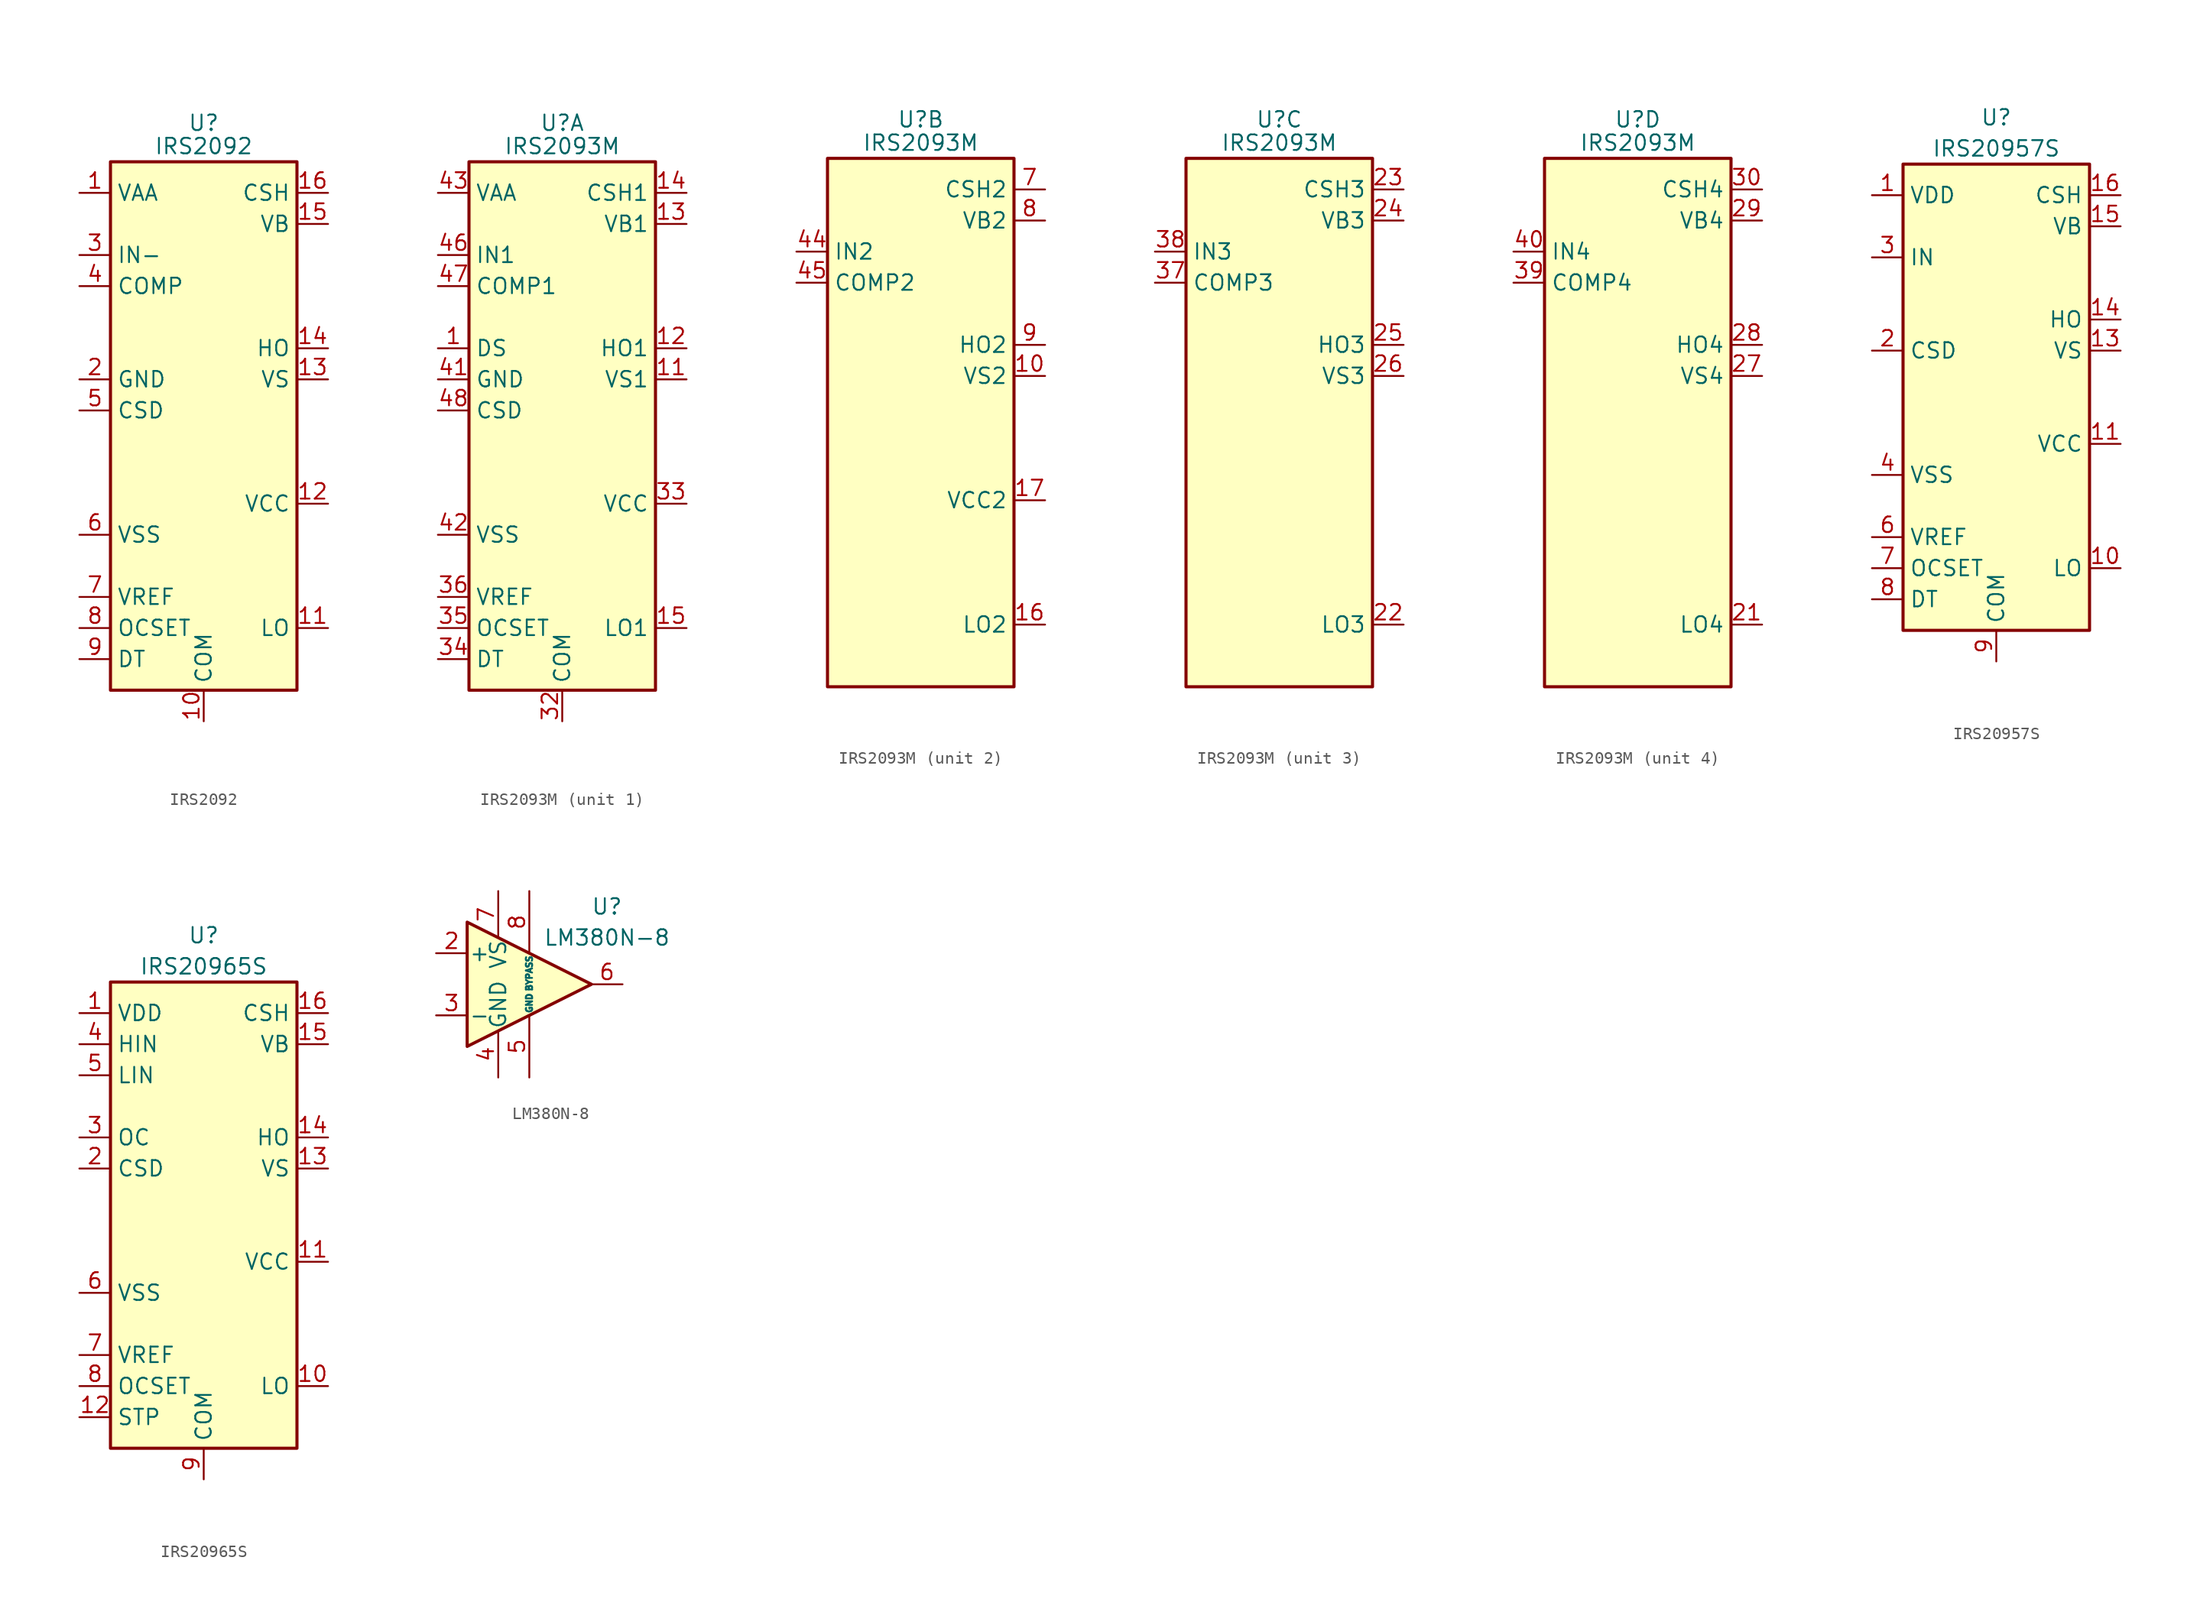
<source format=kicad_sym>
(kicad_symbol_lib
  (version 20211014)
  (generator kicad_symbol_editor)
  (symbol "IRS2092"
    (property "Reference" "U"
      (at 0 26.035 0)
      (effects (font (size 1.27 1.27))))
    (property "Value" "IRS2092"
      (at 0 24.13 0)
      (effects (font (size 1.27 1.27))))
    (symbol "IRS2092_0_1"
      (rectangle (start -7.62 -20.32) (end 7.62 22.86) (stroke (width 0.254) (type default) (color 0 0 0 0)) (fill (type background))))
    (symbol "IRS2092_1_1"
      (pin power_in line (at -10.16 20.32 0) (length 2.54) (name "VAA" (effects (font (size 1.27 1.27)))) (number "1" (effects (font (size 1.27 1.27)))))
      (pin power_in line (at 0 -22.86 90) (length 2.54) (name "COM" (effects (font (size 1.27 1.27)))) (number "10" (effects (font (size 1.27 1.27)))))
      (pin output line (at 10.16 -15.24 180) (length 2.54) (name "LO" (effects (font (size 1.27 1.27)))) (number "11" (effects (font (size 1.27 1.27)))))
      (pin power_in line (at 10.16 -5.08 180) (length 2.54) (name "VCC" (effects (font (size 1.27 1.27)))) (number "12" (effects (font (size 1.27 1.27)))))
      (pin passive line (at 10.16 5.08 180) (length 2.54) (name "VS" (effects (font (size 1.27 1.27)))) (number "13" (effects (font (size 1.27 1.27)))))
      (pin output line (at 10.16 7.62 180) (length 2.54) (name "HO" (effects (font (size 1.27 1.27)))) (number "14" (effects (font (size 1.27 1.27)))))
      (pin power_in line (at 10.16 17.78 180) (length 2.54) (name "VB" (effects (font (size 1.27 1.27)))) (number "15" (effects (font (size 1.27 1.27)))))
      (pin passive line (at 10.16 20.32 180) (length 2.54) (name "CSH" (effects (font (size 1.27 1.27)))) (number "16" (effects (font (size 1.27 1.27)))))
      (pin power_in line (at -10.16 5.08 0) (length 2.54) (name "GND" (effects (font (size 1.27 1.27)))) (number "2" (effects (font (size 1.27 1.27)))))
      (pin input line (at -10.16 15.24 0) (length 2.54) (name "IN-" (effects (font (size 1.27 1.27)))) (number "3" (effects (font (size 1.27 1.27)))))
      (pin output line (at -10.16 12.7 0) (length 2.54) (name "COMP" (effects (font (size 1.27 1.27)))) (number "4" (effects (font (size 1.27 1.27)))))
      (pin passive line (at -10.16 2.54 0) (length 2.54) (name "CSD" (effects (font (size 1.27 1.27)))) (number "5" (effects (font (size 1.27 1.27)))))
      (pin power_in line (at -10.16 -7.62 0) (length 2.54) (name "VSS" (effects (font (size 1.27 1.27)))) (number "6" (effects (font (size 1.27 1.27)))))
      (pin power_out line (at -10.16 -12.7 0) (length 2.54) (name "VREF" (effects (font (size 1.27 1.27)))) (number "7" (effects (font (size 1.27 1.27)))))
      (pin passive line (at -10.16 -15.24 0) (length 2.54) (name "OCSET" (effects (font (size 1.27 1.27)))) (number "8" (effects (font (size 1.27 1.27)))))
      (pin passive line (at -10.16 -17.78 0) (length 2.54) (name "DT" (effects (font (size 1.27 1.27)))) (number "9" (effects (font (size 1.27 1.27)))))))
  (symbol "IRS2093M"
    (property "Reference" "U"
      (at 0 26.035 0)
      (effects (font (size 1.27 1.27))))
    (property "Value" "IRS2093M"
      (at 0 24.13 0)
      (effects (font (size 1.27 1.27))))
    (property "ki_locked" ""
      (at 0 0 0)
      (effects (font (size 1.27 1.27))))
    (symbol "IRS2093M_0_1"
      (rectangle (start -7.62 -20.32) (end 7.62 22.86) (stroke (width 0.254) (type default) (color 0 0 0 0)) (fill (type background))))
    (symbol "IRS2093M_1_1"
      (pin input line (at -10.16 7.62 0) (length 2.54) (name "DS" (effects (font (size 1.27 1.27)))) (number "1" (effects (font (size 1.27 1.27)))))
      (pin passive line (at 10.16 5.08 180) (length 2.54) (name "VS1" (effects (font (size 1.27 1.27)))) (number "11" (effects (font (size 1.27 1.27)))))
      (pin output line (at 10.16 7.62 180) (length 2.54) (name "HO1" (effects (font (size 1.27 1.27)))) (number "12" (effects (font (size 1.27 1.27)))))
      (pin power_in line (at 10.16 17.78 180) (length 2.54) (name "VB1" (effects (font (size 1.27 1.27)))) (number "13" (effects (font (size 1.27 1.27)))))
      (pin passive line (at 10.16 20.32 180) (length 2.54) (name "CSH1" (effects (font (size 1.27 1.27)))) (number "14" (effects (font (size 1.27 1.27)))))
      (pin output line (at 10.16 -15.24 180) (length 2.54) (name "LO1" (effects (font (size 1.27 1.27)))) (number "15" (effects (font (size 1.27 1.27)))))
      (pin no_connect line (at 7.62 15.24 180) (length 2.54) hide (name "NC" (effects (font (size 1.27 1.27)))) (number "18" (effects (font (size 1.27 1.27)))))
      (pin no_connect line (at 7.62 12.7 180) (length 2.54) hide (name "NC" (effects (font (size 1.27 1.27)))) (number "19" (effects (font (size 1.27 1.27)))))
      (pin no_connect line (at -7.62 17.78 0) (length 2.54) hide (name "NC" (effects (font (size 1.27 1.27)))) (number "2" (effects (font (size 1.27 1.27)))))
      (pin passive line (at 0 -22.86 90) (length 2.54) hide (name "COM" (effects (font (size 1.27 1.27)))) (number "20" (effects (font (size 1.27 1.27)))))
      (pin no_connect line (at -7.62 10.16 0) (length 2.54) hide (name "NC" (effects (font (size 1.27 1.27)))) (number "3" (effects (font (size 1.27 1.27)))))
      (pin no_connect line (at 7.62 10.16 180) (length 2.54) hide (name "NC" (effects (font (size 1.27 1.27)))) (number "31" (effects (font (size 1.27 1.27)))))
      (pin power_in line (at 0 -22.86 90) (length 2.54) (name "COM" (effects (font (size 1.27 1.27)))) (number "32" (effects (font (size 1.27 1.27)))))
      (pin power_in line (at 10.16 -5.08 180) (length 2.54) (name "VCC" (effects (font (size 1.27 1.27)))) (number "33" (effects (font (size 1.27 1.27)))))
      (pin passive line (at -10.16 -17.78 0) (length 2.54) (name "DT" (effects (font (size 1.27 1.27)))) (number "34" (effects (font (size 1.27 1.27)))))
      (pin passive line (at -10.16 -15.24 0) (length 2.54) (name "OCSET" (effects (font (size 1.27 1.27)))) (number "35" (effects (font (size 1.27 1.27)))))
      (pin power_out line (at -10.16 -12.7 0) (length 2.54) (name "VREF" (effects (font (size 1.27 1.27)))) (number "36" (effects (font (size 1.27 1.27)))))
      (pin no_connect line (at -7.62 0 0) (length 2.54) hide (name "NC" (effects (font (size 1.27 1.27)))) (number "4" (effects (font (size 1.27 1.27)))))
      (pin power_in line (at -10.16 5.08 0) (length 2.54) (name "GND" (effects (font (size 1.27 1.27)))) (number "41" (effects (font (size 1.27 1.27)))))
      (pin power_in line (at -10.16 -7.62 0) (length 2.54) (name "VSS" (effects (font (size 1.27 1.27)))) (number "42" (effects (font (size 1.27 1.27)))))
      (pin power_in line (at -10.16 20.32 0) (length 2.54) (name "VAA" (effects (font (size 1.27 1.27)))) (number "43" (effects (font (size 1.27 1.27)))))
      (pin input line (at -10.16 15.24 0) (length 2.54) (name "IN1" (effects (font (size 1.27 1.27)))) (number "46" (effects (font (size 1.27 1.27)))))
      (pin output line (at -10.16 12.7 0) (length 2.54) (name "COMP1" (effects (font (size 1.27 1.27)))) (number "47" (effects (font (size 1.27 1.27)))))
      (pin passive line (at -10.16 2.54 0) (length 2.54) (name "CSD" (effects (font (size 1.27 1.27)))) (number "48" (effects (font (size 1.27 1.27)))))
      (pin passive line (at 0 -22.86 90) (length 2.54) hide (name "COM" (effects (font (size 1.27 1.27)))) (number "49" (effects (font (size 1.27 1.27)))))
      (pin no_connect line (at -7.62 -2.54 0) (length 2.54) hide (name "NC" (effects (font (size 1.27 1.27)))) (number "5" (effects (font (size 1.27 1.27)))))
      (pin no_connect line (at -7.62 -5.08 0) (length 2.54) hide (name "NC" (effects (font (size 1.27 1.27)))) (number "6" (effects (font (size 1.27 1.27))))))
    (symbol "IRS2093M_2_1"
      (pin passive line (at 10.16 5.08 180) (length 2.54) (name "VS2" (effects (font (size 1.27 1.27)))) (number "10" (effects (font (size 1.27 1.27)))))
      (pin output line (at 10.16 -15.24 180) (length 2.54) (name "LO2" (effects (font (size 1.27 1.27)))) (number "16" (effects (font (size 1.27 1.27)))))
      (pin power_in line (at 10.16 -5.08 180) (length 2.54) (name "VCC2" (effects (font (size 1.27 1.27)))) (number "17" (effects (font (size 1.27 1.27)))))
      (pin input line (at -10.16 15.24 0) (length 2.54) (name "IN2" (effects (font (size 1.27 1.27)))) (number "44" (effects (font (size 1.27 1.27)))))
      (pin output line (at -10.16 12.7 0) (length 2.54) (name "COMP2" (effects (font (size 1.27 1.27)))) (number "45" (effects (font (size 1.27 1.27)))))
      (pin passive line (at 10.16 20.32 180) (length 2.54) (name "CSH2" (effects (font (size 1.27 1.27)))) (number "7" (effects (font (size 1.27 1.27)))))
      (pin power_in line (at 10.16 17.78 180) (length 2.54) (name "VB2" (effects (font (size 1.27 1.27)))) (number "8" (effects (font (size 1.27 1.27)))))
      (pin output line (at 10.16 7.62 180) (length 2.54) (name "HO2" (effects (font (size 1.27 1.27)))) (number "9" (effects (font (size 1.27 1.27))))))
    (symbol "IRS2093M_3_1"
      (pin output line (at 10.16 -15.24 180) (length 2.54) (name "LO3" (effects (font (size 1.27 1.27)))) (number "22" (effects (font (size 1.27 1.27)))))
      (pin passive line (at 10.16 20.32 180) (length 2.54) (name "CSH3" (effects (font (size 1.27 1.27)))) (number "23" (effects (font (size 1.27 1.27)))))
      (pin power_in line (at 10.16 17.78 180) (length 2.54) (name "VB3" (effects (font (size 1.27 1.27)))) (number "24" (effects (font (size 1.27 1.27)))))
      (pin output line (at 10.16 7.62 180) (length 2.54) (name "HO3" (effects (font (size 1.27 1.27)))) (number "25" (effects (font (size 1.27 1.27)))))
      (pin passive line (at 10.16 5.08 180) (length 2.54) (name "VS3" (effects (font (size 1.27 1.27)))) (number "26" (effects (font (size 1.27 1.27)))))
      (pin output line (at -10.16 12.7 0) (length 2.54) (name "COMP3" (effects (font (size 1.27 1.27)))) (number "37" (effects (font (size 1.27 1.27)))))
      (pin input line (at -10.16 15.24 0) (length 2.54) (name "IN3" (effects (font (size 1.27 1.27)))) (number "38" (effects (font (size 1.27 1.27))))))
    (symbol "IRS2093M_4_1"
      (pin output line (at 10.16 -15.24 180) (length 2.54) (name "LO4" (effects (font (size 1.27 1.27)))) (number "21" (effects (font (size 1.27 1.27)))))
      (pin passive line (at 10.16 5.08 180) (length 2.54) (name "VS4" (effects (font (size 1.27 1.27)))) (number "27" (effects (font (size 1.27 1.27)))))
      (pin output line (at 10.16 7.62 180) (length 2.54) (name "HO4" (effects (font (size 1.27 1.27)))) (number "28" (effects (font (size 1.27 1.27)))))
      (pin power_in line (at 10.16 17.78 180) (length 2.54) (name "VB4" (effects (font (size 1.27 1.27)))) (number "29" (effects (font (size 1.27 1.27)))))
      (pin passive line (at 10.16 20.32 180) (length 2.54) (name "CSH4" (effects (font (size 1.27 1.27)))) (number "30" (effects (font (size 1.27 1.27)))))
      (pin output line (at -10.16 12.7 0) (length 2.54) (name "COMP4" (effects (font (size 1.27 1.27)))) (number "39" (effects (font (size 1.27 1.27)))))
      (pin input line (at -10.16 15.24 0) (length 2.54) (name "IN4" (effects (font (size 1.27 1.27)))) (number "40" (effects (font (size 1.27 1.27)))))))
  (symbol "IRS20957S"
    (property "Reference" "U"
      (at 0 24.13 0)
      (effects (font (size 1.27 1.27))))
    (property "Value" "IRS20957S"
      (at 0 21.59 0)
      (effects (font (size 1.27 1.27))))
    (symbol "IRS20957S_0_1"
      (rectangle (start -7.62 -17.78) (end 7.62 20.32) (stroke (width 0.254) (type default) (color 0 0 0 0)) (fill (type background))))
    (symbol "IRS20957S_1_1"
      (pin power_in line (at -10.16 17.78 0) (length 2.54) (name "VDD" (effects (font (size 1.27 1.27)))) (number "1" (effects (font (size 1.27 1.27)))))
      (pin output line (at 10.16 -12.7 180) (length 2.54) (name "LO" (effects (font (size 1.27 1.27)))) (number "10" (effects (font (size 1.27 1.27)))))
      (pin power_in line (at 10.16 -2.54 180) (length 2.54) (name "VCC" (effects (font (size 1.27 1.27)))) (number "11" (effects (font (size 1.27 1.27)))))
      (pin no_connect line (at 7.62 0 180) (length 2.54) hide (name "NC" (effects (font (size 1.27 1.27)))) (number "12" (effects (font (size 1.27 1.27)))))
      (pin passive line (at 10.16 5.08 180) (length 2.54) (name "VS" (effects (font (size 1.27 1.27)))) (number "13" (effects (font (size 1.27 1.27)))))
      (pin output line (at 10.16 7.62 180) (length 2.54) (name "HO" (effects (font (size 1.27 1.27)))) (number "14" (effects (font (size 1.27 1.27)))))
      (pin power_in line (at 10.16 15.24 180) (length 2.54) (name "VB" (effects (font (size 1.27 1.27)))) (number "15" (effects (font (size 1.27 1.27)))))
      (pin passive line (at 10.16 17.78 180) (length 2.54) (name "CSH" (effects (font (size 1.27 1.27)))) (number "16" (effects (font (size 1.27 1.27)))))
      (pin passive line (at -10.16 5.08 0) (length 2.54) (name "CSD" (effects (font (size 1.27 1.27)))) (number "2" (effects (font (size 1.27 1.27)))))
      (pin input line (at -10.16 12.7 0) (length 2.54) (name "IN" (effects (font (size 1.27 1.27)))) (number "3" (effects (font (size 1.27 1.27)))))
      (pin power_in line (at -10.16 -5.08 0) (length 2.54) (name "VSS" (effects (font (size 1.27 1.27)))) (number "4" (effects (font (size 1.27 1.27)))))
      (pin no_connect line (at -7.62 0 0) (length 2.54) hide (name "NC" (effects (font (size 1.27 1.27)))) (number "5" (effects (font (size 1.27 1.27)))))
      (pin power_out line (at -10.16 -10.16 0) (length 2.54) (name "VREF" (effects (font (size 1.27 1.27)))) (number "6" (effects (font (size 1.27 1.27)))))
      (pin passive line (at -10.16 -12.7 0) (length 2.54) (name "OCSET" (effects (font (size 1.27 1.27)))) (number "7" (effects (font (size 1.27 1.27)))))
      (pin passive line (at -10.16 -15.24 0) (length 2.54) (name "DT" (effects (font (size 1.27 1.27)))) (number "8" (effects (font (size 1.27 1.27)))))
      (pin power_in line (at 0 -20.32 90) (length 2.54) (name "COM" (effects (font (size 1.27 1.27)))) (number "9" (effects (font (size 1.27 1.27)))))))
  (symbol "IRS20965S"
    (property "Reference" "U"
      (at 0 24.13 0)
      (effects (font (size 1.27 1.27))))
    (property "Value" "IRS20965S"
      (at 0 21.59 0)
      (effects (font (size 1.27 1.27))))
    (symbol "IRS20965S_0_1"
      (rectangle (start -7.62 -17.78) (end 7.62 20.32) (stroke (width 0.254) (type default) (color 0 0 0 0)) (fill (type background))))
    (symbol "IRS20965S_1_1"
      (pin power_in line (at -10.16 17.78 0) (length 2.54) (name "VDD" (effects (font (size 1.27 1.27)))) (number "1" (effects (font (size 1.27 1.27)))))
      (pin output line (at 10.16 -12.7 180) (length 2.54) (name "LO" (effects (font (size 1.27 1.27)))) (number "10" (effects (font (size 1.27 1.27)))))
      (pin power_in line (at 10.16 -2.54 180) (length 2.54) (name "VCC" (effects (font (size 1.27 1.27)))) (number "11" (effects (font (size 1.27 1.27)))))
      (pin input line (at -10.16 -15.24 0) (length 2.54) (name "STP" (effects (font (size 1.27 1.27)))) (number "12" (effects (font (size 1.27 1.27)))))
      (pin passive line (at 10.16 5.08 180) (length 2.54) (name "VS" (effects (font (size 1.27 1.27)))) (number "13" (effects (font (size 1.27 1.27)))))
      (pin output line (at 10.16 7.62 180) (length 2.54) (name "HO" (effects (font (size 1.27 1.27)))) (number "14" (effects (font (size 1.27 1.27)))))
      (pin power_in line (at 10.16 15.24 180) (length 2.54) (name "VB" (effects (font (size 1.27 1.27)))) (number "15" (effects (font (size 1.27 1.27)))))
      (pin passive line (at 10.16 17.78 180) (length 2.54) (name "CSH" (effects (font (size 1.27 1.27)))) (number "16" (effects (font (size 1.27 1.27)))))
      (pin passive line (at -10.16 5.08 0) (length 2.54) (name "CSD" (effects (font (size 1.27 1.27)))) (number "2" (effects (font (size 1.27 1.27)))))
      (pin open_collector line (at -10.16 7.62 0) (length 2.54) (name "OC" (effects (font (size 1.27 1.27)))) (number "3" (effects (font (size 1.27 1.27)))))
      (pin input line (at -10.16 15.24 0) (length 2.54) (name "HIN" (effects (font (size 1.27 1.27)))) (number "4" (effects (font (size 1.27 1.27)))))
      (pin input line (at -10.16 12.7 0) (length 2.54) (name "LIN" (effects (font (size 1.27 1.27)))) (number "5" (effects (font (size 1.27 1.27)))))
      (pin power_in line (at -10.16 -5.08 0) (length 2.54) (name "VSS" (effects (font (size 1.27 1.27)))) (number "6" (effects (font (size 1.27 1.27)))))
      (pin power_out line (at -10.16 -10.16 0) (length 2.54) (name "VREF" (effects (font (size 1.27 1.27)))) (number "7" (effects (font (size 1.27 1.27)))))
      (pin passive line (at -10.16 -12.7 0) (length 2.54) (name "OCSET" (effects (font (size 1.27 1.27)))) (number "8" (effects (font (size 1.27 1.27)))))
      (pin power_in line (at 0 -20.32 90) (length 2.54) (name "COM" (effects (font (size 1.27 1.27)))) (number "9" (effects (font (size 1.27 1.27)))))))
  (symbol "LM380N-8"
    (pin_names
      (offset 0.127))
    (property "Reference" "U"
      (at 6.35 6.35 0)
      (effects (font (size 1.27 1.27))))
    (property "Value" "LM380N-8"
      (at 6.35 3.81 0)
      (effects (font (size 1.27 1.27))))
    (symbol "LM380N-8_0_1"
      (polyline (pts (xy -5.08 5.08) (xy 5.08 0) (xy -5.08 -5.08) (xy -5.08 5.08)) (stroke (width 0.254) (type default) (color 0 0 0 0)) (fill (type background))))
    (symbol "LM380N-8_1_1"
      (pin no_connect line (at 0 2.54 270) (length 2.54) hide (name "NC" (effects (font (size 1.27 1.27)))) (number "1" (effects (font (size 1.27 1.27)))))
      (pin input line (at -7.62 2.54 0) (length 2.54) (name "+" (effects (font (size 1.27 1.27)))) (number "2" (effects (font (size 1.27 1.27)))))
      (pin input line (at -7.62 -2.54 0) (length 2.54) (name "-" (effects (font (size 1.27 1.27)))) (number "3" (effects (font (size 1.27 1.27)))))
      (pin power_in line (at -2.54 -7.62 90) (length 3.81) (name "GND" (effects (font (size 1.27 1.27)))) (number "4" (effects (font (size 1.27 1.27)))))
      (pin power_in line (at 0 -7.62 90) (length 5.08) (name "GND" (effects (font (size 0.508 0.508)))) (number "5" (effects (font (size 1.27 1.27)))))
      (pin output line (at 7.62 0 180) (length 2.54) (name "~" (effects (font (size 1.27 1.27)))) (number "6" (effects (font (size 1.27 1.27)))))
      (pin power_in line (at -2.54 7.62 270) (length 3.81) (name "VS" (effects (font (size 1.27 1.27)))) (number "7" (effects (font (size 1.27 1.27)))))
      (pin passive line (at 0 7.62 270) (length 5.08) (name "BYPASS" (effects (font (size 0.508 0.508)))) (number "8" (effects (font (size 1.27 1.27))))))))
</source>
